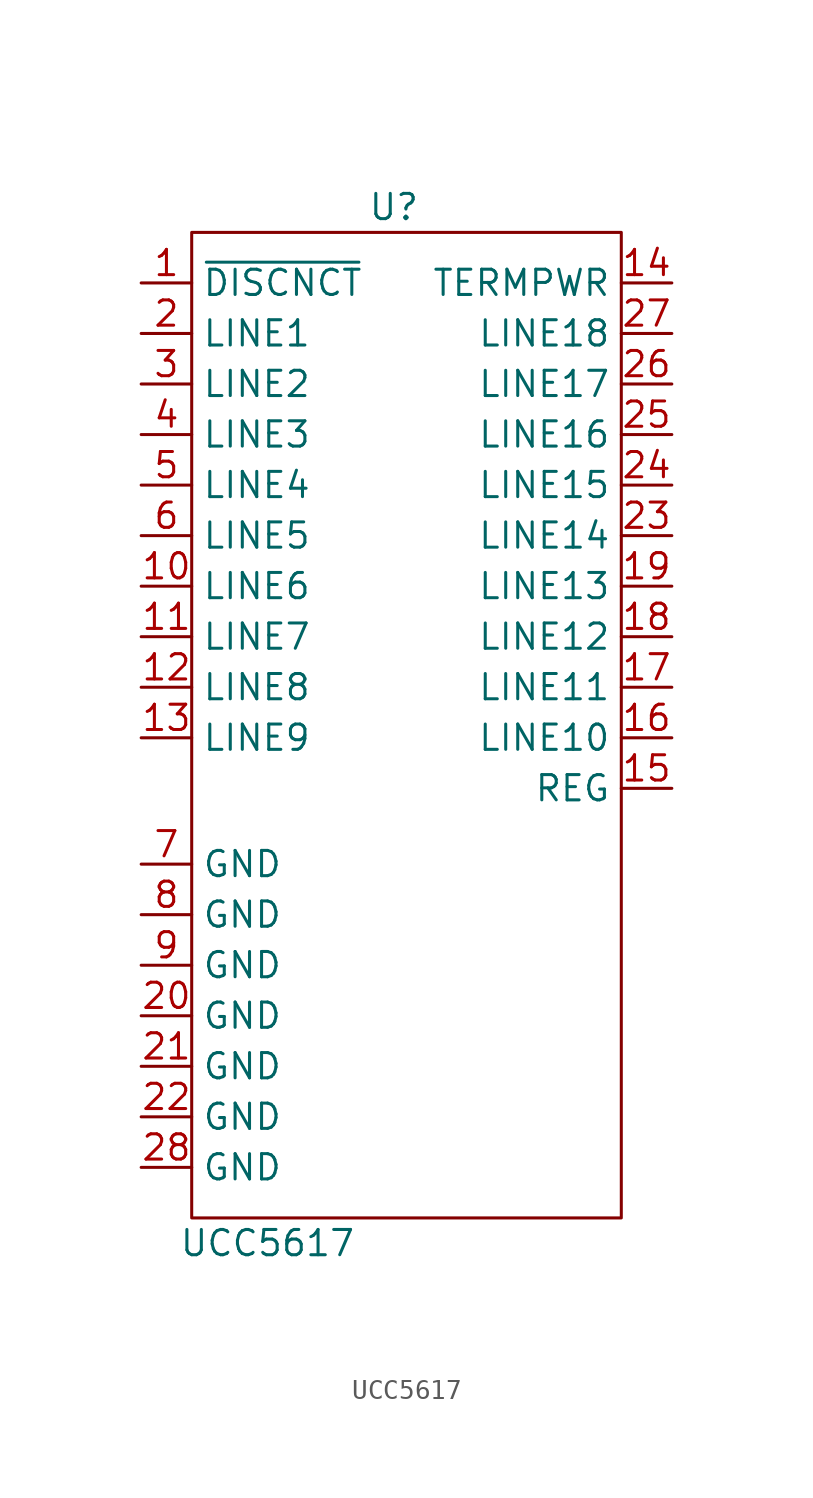
<source format=kicad_sym>
(kicad_symbol_lib
  (version 20201005)
  (generator kicad_symbol_editor)
  (symbol "SCSITTerm:UCC5617"
    (property "Reference" "U"
      (at 0 0 0)
      (effects (font (size 1.27 1.27))))
    (property "Value" "UCC5617"
      (at -6.35 -52.07 0)
      (effects (font (size 1.27 1.27))))
    (symbol "UCC5617_0_1"
      (rectangle (start -10.16 -1.27) (end 11.43 -50.8) (stroke (width 0.152)) (fill (type none))))
    (symbol "UCC5617_1_1"
      (pin input line (at -12.7 -3.81 0) (length 2.54) (name "~DISCNCT~" (effects (font (size 1.27 1.27)))) (number "1" (effects (font (size 1.27 1.27)))))
      (pin input line (at -12.7 -19.05 0) (length 2.54) (name "LINE6" (effects (font (size 1.27 1.27)))) (number "10" (effects (font (size 1.27 1.27)))))
      (pin input line (at -12.7 -21.59 0) (length 2.54) (name "LINE7" (effects (font (size 1.27 1.27)))) (number "11" (effects (font (size 1.27 1.27)))))
      (pin input line (at -12.7 -24.13 0) (length 2.54) (name "LINE8" (effects (font (size 1.27 1.27)))) (number "12" (effects (font (size 1.27 1.27)))))
      (pin input line (at -12.7 -26.67 0) (length 2.54) (name "LINE9" (effects (font (size 1.27 1.27)))) (number "13" (effects (font (size 1.27 1.27)))))
      (pin power_in line (at 13.97 -3.81 180) (length 2.54) (name "TERMPWR" (effects (font (size 1.27 1.27)))) (number "14" (effects (font (size 1.27 1.27)))))
      (pin input line (at 13.97 -29.21 180) (length 2.54) (name "REG" (effects (font (size 1.27 1.27)))) (number "15" (effects (font (size 1.27 1.27)))))
      (pin input line (at 13.97 -26.67 180) (length 2.54) (name "LINE10" (effects (font (size 1.27 1.27)))) (number "16" (effects (font (size 1.27 1.27)))))
      (pin input line (at 13.97 -24.13 180) (length 2.54) (name "LINE11" (effects (font (size 1.27 1.27)))) (number "17" (effects (font (size 1.27 1.27)))))
      (pin input line (at 13.97 -21.59 180) (length 2.54) (name "LINE12" (effects (font (size 1.27 1.27)))) (number "18" (effects (font (size 1.27 1.27)))))
      (pin input line (at 13.97 -19.05 180) (length 2.54) (name "LINE13" (effects (font (size 1.27 1.27)))) (number "19" (effects (font (size 1.27 1.27)))))
      (pin input line (at -12.7 -6.35 0) (length 2.54) (name "LINE1" (effects (font (size 1.27 1.27)))) (number "2" (effects (font (size 1.27 1.27)))))
      (pin power_in line (at -12.7 -40.64 0) (length 2.54) (name "GND" (effects (font (size 1.27 1.27)))) (number "20" (effects (font (size 1.27 1.27)))))
      (pin power_in line (at -12.7 -43.18 0) (length 2.54) (name "GND" (effects (font (size 1.27 1.27)))) (number "21" (effects (font (size 1.27 1.27)))))
      (pin power_in line (at -12.7 -45.72 0) (length 2.54) (name "GND" (effects (font (size 1.27 1.27)))) (number "22" (effects (font (size 1.27 1.27)))))
      (pin input line (at 13.97 -16.51 180) (length 2.54) (name "LINE14" (effects (font (size 1.27 1.27)))) (number "23" (effects (font (size 1.27 1.27)))))
      (pin input line (at 13.97 -13.97 180) (length 2.54) (name "LINE15" (effects (font (size 1.27 1.27)))) (number "24" (effects (font (size 1.27 1.27)))))
      (pin input line (at 13.97 -11.43 180) (length 2.54) (name "LINE16" (effects (font (size 1.27 1.27)))) (number "25" (effects (font (size 1.27 1.27)))))
      (pin input line (at 13.97 -8.89 180) (length 2.54) (name "LINE17" (effects (font (size 1.27 1.27)))) (number "26" (effects (font (size 1.27 1.27)))))
      (pin input line (at 13.97 -6.35 180) (length 2.54) (name "LINE18" (effects (font (size 1.27 1.27)))) (number "27" (effects (font (size 1.27 1.27)))))
      (pin power_in line (at -12.7 -48.26 0) (length 2.54) (name "GND" (effects (font (size 1.27 1.27)))) (number "28" (effects (font (size 1.27 1.27)))))
      (pin input line (at -12.7 -8.89 0) (length 2.54) (name "LINE2" (effects (font (size 1.27 1.27)))) (number "3" (effects (font (size 1.27 1.27)))))
      (pin input line (at -12.7 -11.43 0) (length 2.54) (name "LINE3" (effects (font (size 1.27 1.27)))) (number "4" (effects (font (size 1.27 1.27)))))
      (pin input line (at -12.7 -13.97 0) (length 2.54) (name "LINE4" (effects (font (size 1.27 1.27)))) (number "5" (effects (font (size 1.27 1.27)))))
      (pin input line (at -12.7 -16.51 0) (length 2.54) (name "LINE5" (effects (font (size 1.27 1.27)))) (number "6" (effects (font (size 1.27 1.27)))))
      (pin power_in line (at -12.7 -33.02 0) (length 2.54) (name "GND" (effects (font (size 1.27 1.27)))) (number "7" (effects (font (size 1.27 1.27)))))
      (pin power_in line (at -12.7 -35.56 0) (length 2.54) (name "GND" (effects (font (size 1.27 1.27)))) (number "8" (effects (font (size 1.27 1.27)))))
      (pin power_in line (at -12.7 -38.1 0) (length 2.54) (name "GND" (effects (font (size 1.27 1.27)))) (number "9" (effects (font (size 1.27 1.27))))))))
</source>
